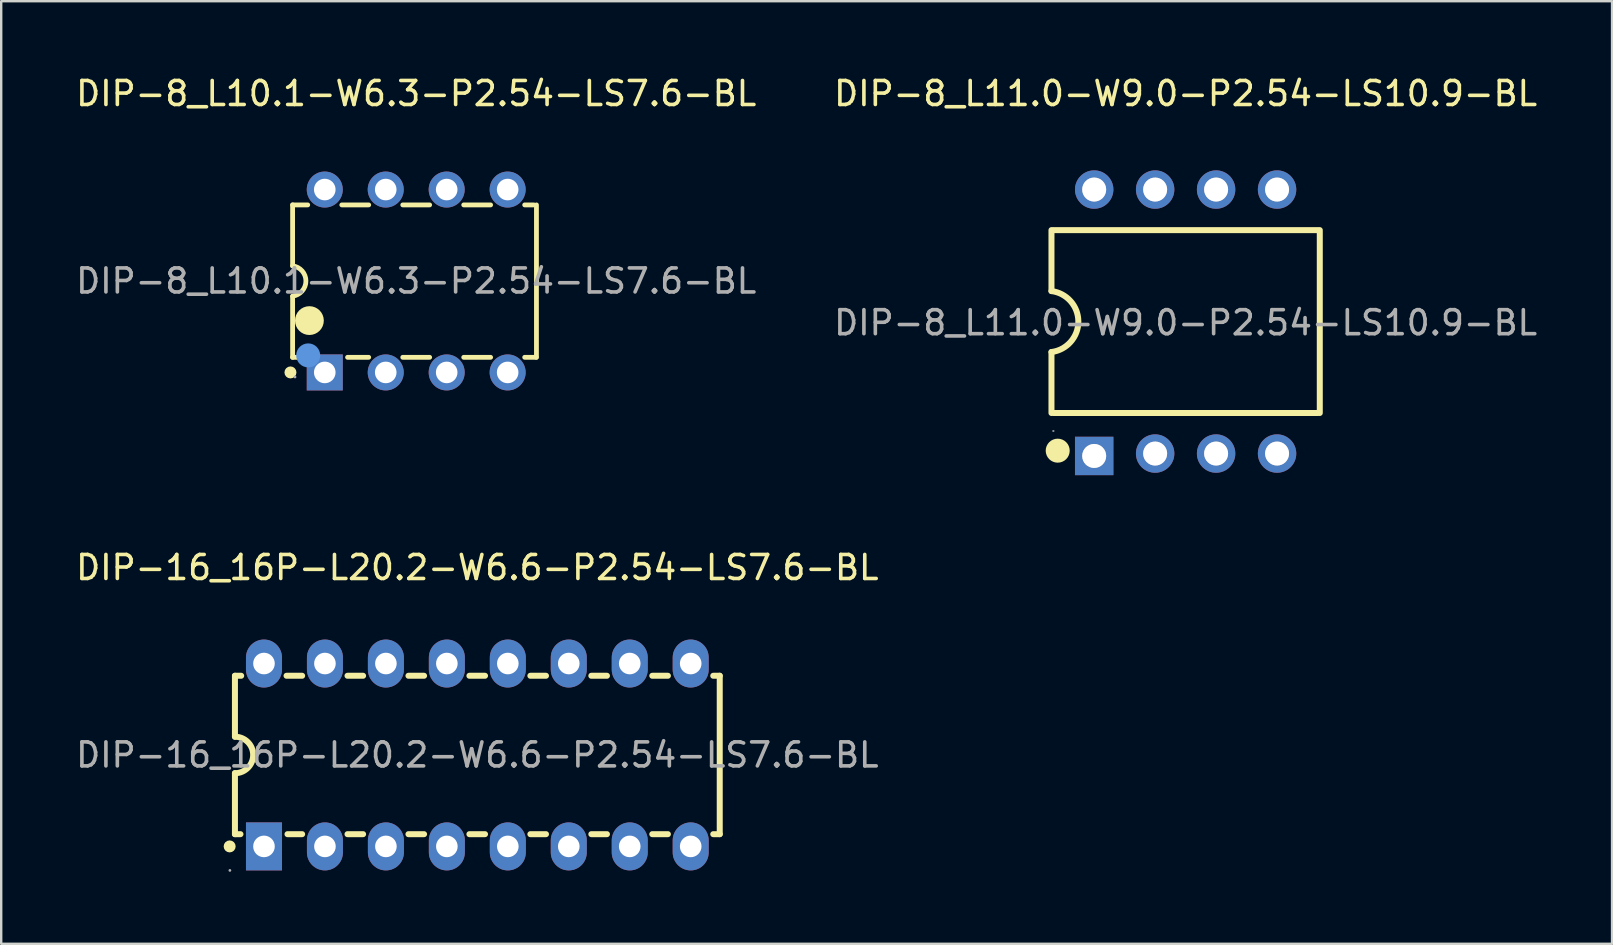
<source format=kicad_pcb>
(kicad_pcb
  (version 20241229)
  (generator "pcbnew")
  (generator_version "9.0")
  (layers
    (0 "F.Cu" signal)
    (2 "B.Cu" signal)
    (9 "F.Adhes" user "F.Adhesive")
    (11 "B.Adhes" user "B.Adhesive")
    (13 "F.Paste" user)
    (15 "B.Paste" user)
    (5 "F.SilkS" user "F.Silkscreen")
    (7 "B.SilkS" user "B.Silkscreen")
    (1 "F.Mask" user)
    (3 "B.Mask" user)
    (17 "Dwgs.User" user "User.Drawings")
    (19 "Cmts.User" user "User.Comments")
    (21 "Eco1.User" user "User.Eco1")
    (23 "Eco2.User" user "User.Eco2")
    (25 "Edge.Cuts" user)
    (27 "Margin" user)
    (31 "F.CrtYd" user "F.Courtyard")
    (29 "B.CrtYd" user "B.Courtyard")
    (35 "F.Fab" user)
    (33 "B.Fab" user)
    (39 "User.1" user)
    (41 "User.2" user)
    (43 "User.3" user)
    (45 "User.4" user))
  (footprint "DIP-8_L11.0-W9.0-P2.54-LS10.9-BL"
    (layer "F.Cu")
    (at 46.351 10.398)
    (property "Reference" "DIP-8_L11.0-W9.0-P2.54-LS10.9-BL" (at 0 -9.55 0) (layer "F.SilkS") (effects (font (size 1 1) (thickness 0.15))))
    (attr through_hole)
    (fp_line (start -5.59 -1.32) (end -5.59 -3.86) (stroke (width 0.25) (type solid)) (layer "F.SilkS"))
    (fp_line (start -5.59 3.76) (end -5.59 1.22) (stroke (width 0.25) (type solid)) (layer "F.SilkS"))
    (fp_line (start 5.5 -3.86) (end -5.5 -3.86) (stroke (width 0.25) (type solid)) (layer "F.SilkS"))
    (fp_line (start 5.5 3.76) (end -5.5 3.76) (stroke (width 0.25) (type solid)) (layer "F.SilkS"))
    (fp_line (start 5.59 3.76) (end 5.59 -3.86) (stroke (width 0.25) (type solid)) (layer "F.SilkS"))
    (fp_arc (start -5.590689 -1.320087) (mid -4.469961 -0.050347) (end -5.59 1.22) (stroke (width 0.25) (type solid)) (layer "F.SilkS"))
    (fp_circle (center -5.33 5.33) (end -5.08 5.33) (stroke (width 0.5) (type solid)) (fill no) (layer "F.SilkS"))
    (fp_circle (center -3.81 5.59) (end -3.61 5.59) (stroke (width 0.4) (type solid)) (fill no) (layer "Cmts.User"))
    (fp_circle (center -5.51 4.51) (end -5.48 4.51) (stroke (width 0.03) (type solid)) (fill no) (layer "F.Fab"))
    (fp_circle (center -3.81 -5.55) (end -3.56 -5.55) (stroke (width 0.5) (type solid)) (fill no) (layer "F.Fab"))
    (fp_circle (center -3.81 5.55) (end -3.56 5.55) (stroke (width 0.5) (type solid)) (fill no) (layer "F.Fab"))
    (fp_circle (center -1.27 -5.55) (end -1.02 -5.55) (stroke (width 0.5) (type solid)) (fill no) (layer "F.Fab"))
    (fp_circle (center -1.27 5.45) (end -1.02 5.45) (stroke (width 0.5) (type solid)) (fill no) (layer "F.Fab"))
    (fp_circle (center 1.27 -5.55) (end 1.52 -5.55) (stroke (width 0.5) (type solid)) (fill no) (layer "F.Fab"))
    (fp_circle (center 1.27 5.45) (end 1.52 5.45) (stroke (width 0.5) (type solid)) (fill no) (layer "F.Fab"))
    (fp_circle (center 3.81 -5.55) (end 4.06 -5.55) (stroke (width 0.5) (type solid)) (fill no) (layer "F.Fab"))
    (fp_circle (center 3.81 5.45) (end 4.06 5.45) (stroke (width 0.5) (type solid)) (fill no) (layer "F.Fab"))
    (fp_text user "${REFERENCE}" (at 0 0 0) (layer "F.Fab") (effects (font (size 1 1) (thickness 0.15))))
    (pad "1" thru_hole rect (at -3.81 5.55) (size 1.6 1.6) (drill 1) (layers "*.Cu" "*.Paste" "*.Mask"))
    (pad "2" thru_hole circle (at -1.27 5.45) (size 1.6 1.6) (drill 1) (layers "*.Cu" "*.Paste" "*.Mask"))
    (pad "3" thru_hole circle (at 1.27 5.45) (size 1.6 1.6) (drill 1) (layers "*.Cu" "*.Paste" "*.Mask"))
    (pad "4" thru_hole circle (at 3.81 5.45) (size 1.6 1.6) (drill 1) (layers "*.Cu" "*.Paste" "*.Mask"))
    (pad "5" thru_hole circle (at 3.81 -5.55) (size 1.6 1.6) (drill 1) (layers "*.Cu" "*.Paste" "*.Mask"))
    (pad "6" thru_hole circle (at 1.27 -5.55) (size 1.6 1.6) (drill 1) (layers "*.Cu" "*.Paste" "*.Mask"))
    (pad "7" thru_hole circle (at -1.27 -5.55) (size 1.6 1.6) (drill 1) (layers "*.Cu" "*.Paste" "*.Mask"))
    (pad "8" thru_hole circle (at -3.81 -5.55) (size 1.6 1.6) (drill 1) (layers "*.Cu" "*.Paste" "*.Mask")))
  (footprint "DIP-16_16P-L20.2-W6.6-P2.54-LS7.6-BL"
    (layer "F.Cu")
    (at 16.839 28.407)
    (property "Reference" "DIP-16_16P-L20.2-W6.6-P2.54-LS7.6-BL" (at 0 -7.81 0) (layer "F.SilkS") (effects (font (size 1 1) (thickness 0.15))))
    (attr through_hole)
    (fp_line (start -10.1 -3.3) (end -10.1 -0.76) (stroke (width 0.25) (type solid)) (layer "F.SilkS"))
    (fp_line (start -10.1 -3.3) (end -9.84 -3.3) (stroke (width 0.25) (type solid)) (layer "F.SilkS"))
    (fp_line (start -10.1 3.3) (end -10.1 0.76) (stroke (width 0.25) (type solid)) (layer "F.SilkS"))
    (fp_line (start -9.87 3.3) (end -10.1 3.3) (stroke (width 0.25) (type solid)) (layer "F.SilkS"))
    (fp_line (start -7.95 -3.3) (end -7.3 -3.3) (stroke (width 0.25) (type solid)) (layer "F.SilkS"))
    (fp_line (start -7.3 3.3) (end -7.91 3.3) (stroke (width 0.25) (type solid)) (layer "F.SilkS"))
    (fp_line (start -5.41 -3.3) (end -4.76 -3.3) (stroke (width 0.25) (type solid)) (layer "F.SilkS"))
    (fp_line (start -4.76 3.3) (end -5.41 3.3) (stroke (width 0.25) (type solid)) (layer "F.SilkS"))
    (fp_line (start -2.87 -3.3) (end -2.22 -3.3) (stroke (width 0.25) (type solid)) (layer "F.SilkS"))
    (fp_line (start -2.22 3.3) (end -2.87 3.3) (stroke (width 0.25) (type solid)) (layer "F.SilkS"))
    (fp_line (start -0.33 -3.3) (end 0.32 -3.3) (stroke (width 0.25) (type solid)) (layer "F.SilkS"))
    (fp_line (start 0.32 3.3) (end -0.33 3.3) (stroke (width 0.25) (type solid)) (layer "F.SilkS"))
    (fp_line (start 2.21 -3.3) (end 2.86 -3.3) (stroke (width 0.25) (type solid)) (layer "F.SilkS"))
    (fp_line (start 2.86 3.3) (end 2.21 3.3) (stroke (width 0.25) (type solid)) (layer "F.SilkS"))
    (fp_line (start 4.75 -3.3) (end 5.4 -3.3) (stroke (width 0.25) (type solid)) (layer "F.SilkS"))
    (fp_line (start 5.4 3.3) (end 4.75 3.3) (stroke (width 0.25) (type solid)) (layer "F.SilkS"))
    (fp_line (start 7.29 -3.3) (end 7.94 -3.3) (stroke (width 0.25) (type solid)) (layer "F.SilkS"))
    (fp_line (start 7.94 3.3) (end 7.29 3.3) (stroke (width 0.25) (type solid)) (layer "F.SilkS"))
    (fp_line (start 9.83 -3.3) (end 10.1 -3.3) (stroke (width 0.25) (type solid)) (layer "F.SilkS"))
    (fp_line (start 10.1 3.3) (end 9.83 3.3) (stroke (width 0.25) (type solid)) (layer "F.SilkS"))
    (fp_line (start 10.1 3.3) (end 10.1 -3.3) (stroke (width 0.25) (type solid)) (layer "F.SilkS"))
    (fp_arc (start -10.32 3.81) (mid -10.32 3.81) (end -10.32 3.81) (stroke (width 0.25) (type solid)) (layer "F.SilkS"))
    (fp_arc (start -10.1 -0.76) (mid -9.34 0) (end -10.1 0.76) (stroke (width 0.25) (type solid)) (layer "F.SilkS"))
    (fp_circle (center -10.31 4.81) (end -10.28 4.81) (stroke (width 0.06) (type solid)) (fill no) (layer "F.Fab"))
    (fp_circle (center -8.89 -3.81) (end -8.71 -3.81) (stroke (width 0.35) (type solid)) (fill no) (layer "F.Fab"))
    (fp_circle (center -8.89 3.81) (end -8.71 3.81) (stroke (width 0.35) (type solid)) (fill no) (layer "F.Fab"))
    (fp_circle (center -6.35 -3.81) (end -6.17 -3.81) (stroke (width 0.35) (type solid)) (fill no) (layer "F.Fab"))
    (fp_circle (center -6.35 3.81) (end -6.17 3.81) (stroke (width 0.35) (type solid)) (fill no) (layer "F.Fab"))
    (fp_circle (center -3.81 -3.81) (end -3.63 -3.81) (stroke (width 0.35) (type solid)) (fill no) (layer "F.Fab"))
    (fp_circle (center -3.81 3.81) (end -3.63 3.81) (stroke (width 0.35) (type solid)) (fill no) (layer "F.Fab"))
    (fp_circle (center -1.27 -3.81) (end -1.09 -3.81) (stroke (width 0.35) (type solid)) (fill no) (layer "F.Fab"))
    (fp_circle (center -1.27 3.81) (end -1.09 3.81) (stroke (width 0.35) (type solid)) (fill no) (layer "F.Fab"))
    (fp_circle (center 1.27 -3.81) (end 1.45 -3.81) (stroke (width 0.35) (type solid)) (fill no) (layer "F.Fab"))
    (fp_circle (center 1.27 3.81) (end 1.45 3.81) (stroke (width 0.35) (type solid)) (fill no) (layer "F.Fab"))
    (fp_circle (center 3.81 -3.81) (end 3.99 -3.81) (stroke (width 0.35) (type solid)) (fill no) (layer "F.Fab"))
    (fp_circle (center 3.81 3.81) (end 3.99 3.81) (stroke (width 0.35) (type solid)) (fill no) (layer "F.Fab"))
    (fp_circle (center 6.35 -3.81) (end 6.53 -3.81) (stroke (width 0.35) (type solid)) (fill no) (layer "F.Fab"))
    (fp_circle (center 6.35 3.81) (end 6.53 3.81) (stroke (width 0.35) (type solid)) (fill no) (layer "F.Fab"))
    (fp_circle (center 8.89 -3.81) (end 9.07 -3.81) (stroke (width 0.35) (type solid)) (fill no) (layer "F.Fab"))
    (fp_circle (center 8.89 3.81) (end 9.07 3.81) (stroke (width 0.35) (type solid)) (fill no) (layer "F.Fab"))
    (fp_text user "${REFERENCE}" (at 0 0 0) (layer "F.Fab") (effects (font (size 1 1) (thickness 0.15))))
    (pad "1" thru_hole rect (at -8.89 3.81 90) (size 2 1.5) (drill 0.9) (layers "*.Cu" "*.Paste" "*.Mask"))
    (pad "2" thru_hole oval (at -6.35 3.81 90) (size 2 1.5) (drill 0.9) (layers "*.Cu" "*.Paste" "*.Mask"))
    (pad "3" thru_hole oval (at -3.81 3.81 90) (size 2 1.5) (drill 0.9) (layers "*.Cu" "*.Paste" "*.Mask"))
    (pad "4" thru_hole oval (at -1.27 3.81 90) (size 2 1.5) (drill 0.9) (layers "*.Cu" "*.Paste" "*.Mask"))
    (pad "5" thru_hole oval (at 1.27 3.81 90) (size 2 1.5) (drill 0.9) (layers "*.Cu" "*.Paste" "*.Mask"))
    (pad "6" thru_hole oval (at 3.81 3.81 90) (size 2 1.5) (drill 0.9) (layers "*.Cu" "*.Paste" "*.Mask"))
    (pad "7" thru_hole oval (at 6.35 3.81 90) (size 2 1.5) (drill 0.9) (layers "*.Cu" "*.Paste" "*.Mask"))
    (pad "8" thru_hole oval (at 8.89 3.81 90) (size 2 1.5) (drill 0.9) (layers "*.Cu" "*.Paste" "*.Mask"))
    (pad "9" thru_hole oval (at 8.89 -3.81 90) (size 2 1.5) (drill 0.9) (layers "*.Cu" "*.Paste" "*.Mask"))
    (pad "10" thru_hole oval (at 6.35 -3.81 90) (size 2 1.5) (drill 0.9) (layers "*.Cu" "*.Paste" "*.Mask"))
    (pad "11" thru_hole oval (at 3.81 -3.81 90) (size 2 1.5) (drill 0.9) (layers "*.Cu" "*.Paste" "*.Mask"))
    (pad "12" thru_hole oval (at 1.27 -3.81 90) (size 2 1.5) (drill 0.9) (layers "*.Cu" "*.Paste" "*.Mask"))
    (pad "13" thru_hole oval (at -1.27 -3.81 90) (size 2 1.5) (drill 0.9) (layers "*.Cu" "*.Paste" "*.Mask"))
    (pad "14" thru_hole oval (at -3.81 -3.81 90) (size 2 1.5) (drill 0.9) (layers "*.Cu" "*.Paste" "*.Mask"))
    (pad "15" thru_hole oval (at -6.35 -3.81 90) (size 2 1.5) (drill 0.9) (layers "*.Cu" "*.Paste" "*.Mask"))
    (pad "16" thru_hole oval (at -8.89 -3.81 90) (size 2 1.5) (drill 0.9) (layers "*.Cu" "*.Paste" "*.Mask")))
  (footprint "DIP-8_L10.1-W6.3-P2.54-LS7.6-BL"
    (layer "F.Cu")
    (at 14.292 8.658)
    (property "Reference" "DIP-8_L10.1-W6.3-P2.54-LS7.6-BL" (at 0 -7.81 0) (layer "F.SilkS") (effects (font (size 1 1) (thickness 0.15))))
    (attr through_hole)
    (fp_line (start -5.15 -3.17) (end -4.52 -3.17) (stroke (width 0.2) (type solid)) (layer "F.SilkS"))
    (fp_line (start -5.15 -0.63) (end -5.15 -3.17) (stroke (width 0.2) (type solid)) (layer "F.SilkS"))
    (fp_line (start -5.15 3.18) (end -5.15 0.64) (stroke (width 0.2) (type solid)) (layer "F.SilkS"))
    (fp_line (start -4.77 3.18) (end -5.15 3.18) (stroke (width 0.2) (type solid)) (layer "F.SilkS"))
    (fp_line (start -3.1 -3.17) (end -1.98 -3.17) (stroke (width 0.2) (type solid)) (layer "F.SilkS"))
    (fp_line (start -1.98 3.18) (end -2.86 3.18) (stroke (width 0.2) (type solid)) (layer "F.SilkS"))
    (fp_line (start -0.56 -3.17) (end 0.56 -3.17) (stroke (width 0.2) (type solid)) (layer "F.SilkS"))
    (fp_line (start 0.56 3.18) (end -0.56 3.18) (stroke (width 0.2) (type solid)) (layer "F.SilkS"))
    (fp_line (start 1.98 -3.17) (end 3.1 -3.17) (stroke (width 0.2) (type solid)) (layer "F.SilkS"))
    (fp_line (start 3.1 3.18) (end 1.98 3.18) (stroke (width 0.2) (type solid)) (layer "F.SilkS"))
    (fp_line (start 4.52 -3.17) (end 4.9 -3.17) (stroke (width 0.2) (type solid)) (layer "F.SilkS"))
    (fp_line (start 5 3.18) (end 4.52 3.18) (stroke (width 0.2) (type solid)) (layer "F.SilkS"))
    (fp_line (start 5.01 -3.17) (end 5.01 3.18) (stroke (width 0.2) (type solid)) (layer "F.SilkS"))
    (fp_arc (start -5.24 3.81) (mid -5.24 3.81) (end -5.24 3.81) (stroke (width 0.25) (type solid)) (layer "F.SilkS"))
    (fp_arc (start -5.15 -0.63) (mid -4.594941 0.000797) (end -5.151582 0.630199) (stroke (width 0.2) (type solid)) (layer "F.SilkS"))
    (fp_arc (start -4.45 1.65) (mid -4.45 1.65) (end -4.45 1.65) (stroke (width 0.6) (type solid)) (layer "F.SilkS"))
    (fp_circle (center -4.5 3.1) (end -4.25 3.1) (stroke (width 0.5) (type solid)) (fill no) (layer "Cmts.User"))
    (fp_circle (center -5.05 4) (end -5.02 4) (stroke (width 0.06) (type solid)) (fill no) (layer "F.Fab"))
    (fp_circle (center -3.81 -3.75) (end -3.69 -3.75) (stroke (width 0.25) (type solid)) (fill no) (layer "F.Fab"))
    (fp_circle (center -3.81 3.75) (end -3.69 3.75) (stroke (width 0.25) (type solid)) (fill no) (layer "F.Fab"))
    (fp_circle (center -1.27 -3.75) (end -1.15 -3.75) (stroke (width 0.25) (type solid)) (fill no) (layer "F.Fab"))
    (fp_circle (center -1.27 3.75) (end -1.15 3.75) (stroke (width 0.25) (type solid)) (fill no) (layer "F.Fab"))
    (fp_circle (center 1.27 -3.75) (end 1.39 -3.75) (stroke (width 0.25) (type solid)) (fill no) (layer "F.Fab"))
    (fp_circle (center 1.27 3.75) (end 1.39 3.75) (stroke (width 0.25) (type solid)) (fill no) (layer "F.Fab"))
    (fp_circle (center 3.81 -3.75) (end 3.93 -3.75) (stroke (width 0.25) (type solid)) (fill no) (layer "F.Fab"))
    (fp_circle (center 3.81 3.75) (end 3.93 3.75) (stroke (width 0.25) (type solid)) (fill no) (layer "F.Fab"))
    (fp_text user "${REFERENCE}" (at 0 0 0) (layer "F.Fab") (effects (font (size 1 1) (thickness 0.15))))
    (pad "1" thru_hole rect (at -3.81 3.81) (size 1.5 1.5) (drill 0.9) (layers "*.Cu" "*.Paste" "*.Mask"))
    (pad "2" thru_hole circle (at -1.27 3.81) (size 1.5 1.5) (drill 0.9) (layers "*.Cu" "*.Paste" "*.Mask"))
    (pad "3" thru_hole circle (at 1.27 3.81) (size 1.5 1.5) (drill 0.9) (layers "*.Cu" "*.Paste" "*.Mask"))
    (pad "4" thru_hole circle (at 3.81 3.81) (size 1.5 1.5) (drill 0.9) (layers "*.Cu" "*.Paste" "*.Mask"))
    (pad "5" thru_hole circle (at 3.81 -3.81) (size 1.5 1.5) (drill 0.9) (layers "*.Cu" "*.Paste" "*.Mask"))
    (pad "6" thru_hole circle (at 1.27 -3.81) (size 1.5 1.5) (drill 0.9) (layers "*.Cu" "*.Paste" "*.Mask"))
    (pad "7" thru_hole circle (at -1.27 -3.81) (size 1.5 1.5) (drill 0.9) (layers "*.Cu" "*.Paste" "*.Mask"))
    (pad "8" thru_hole circle (at -3.81 -3.81) (size 1.5 1.5) (drill 0.9) (layers "*.Cu" "*.Paste" "*.Mask")))
  (gr_rect
    (start -3 -3)
    (end 64.119 36.276)
    (stroke (width 0.1) (type default))
    (fill no)
    (layer "Edge.Cuts")))
</source>
